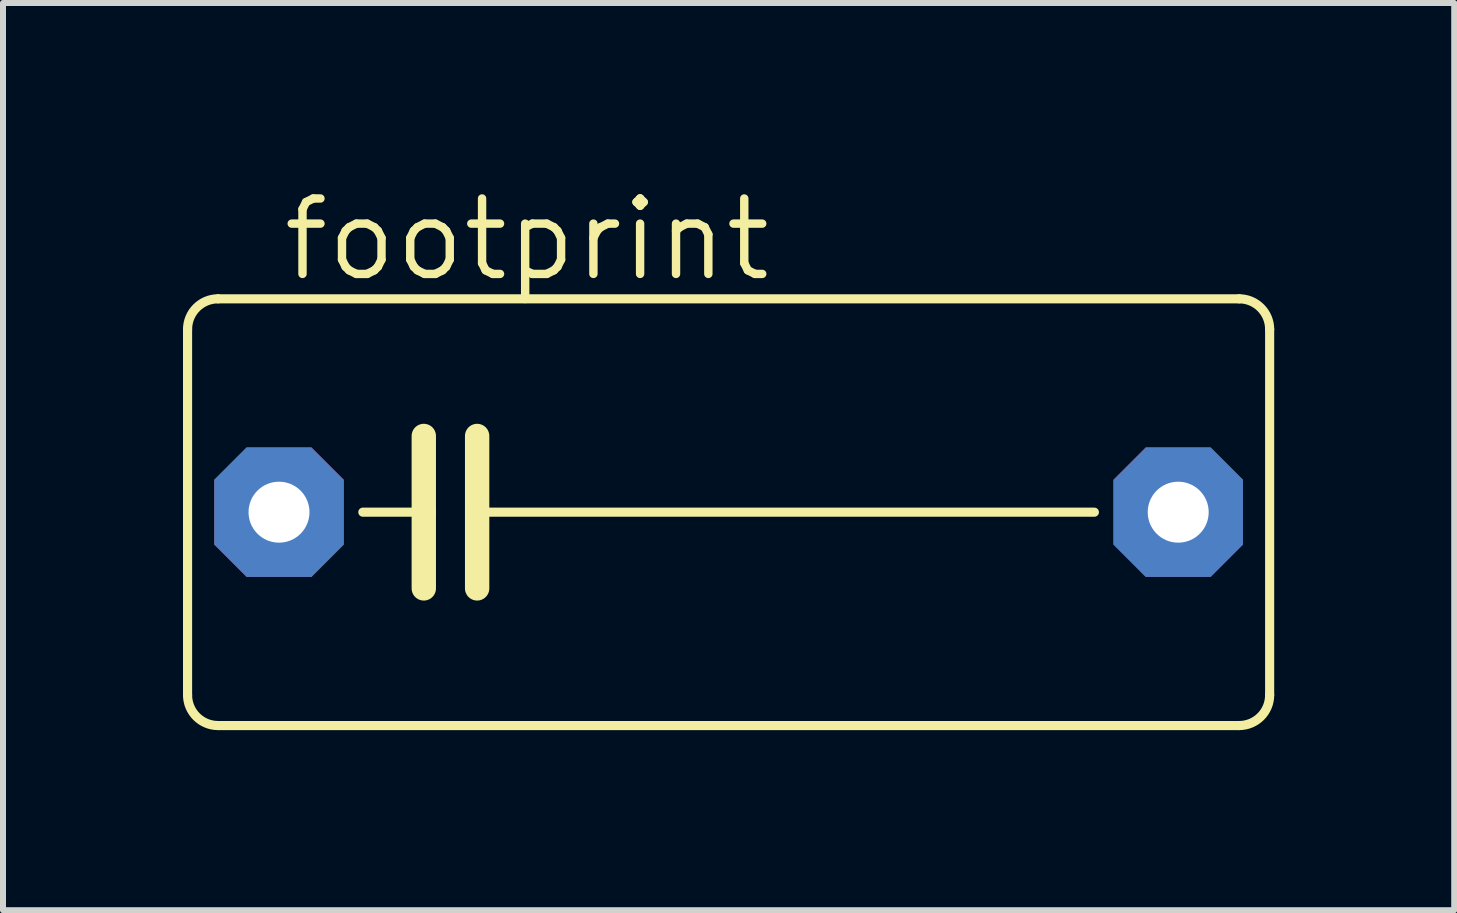
<source format=kicad_pcb>
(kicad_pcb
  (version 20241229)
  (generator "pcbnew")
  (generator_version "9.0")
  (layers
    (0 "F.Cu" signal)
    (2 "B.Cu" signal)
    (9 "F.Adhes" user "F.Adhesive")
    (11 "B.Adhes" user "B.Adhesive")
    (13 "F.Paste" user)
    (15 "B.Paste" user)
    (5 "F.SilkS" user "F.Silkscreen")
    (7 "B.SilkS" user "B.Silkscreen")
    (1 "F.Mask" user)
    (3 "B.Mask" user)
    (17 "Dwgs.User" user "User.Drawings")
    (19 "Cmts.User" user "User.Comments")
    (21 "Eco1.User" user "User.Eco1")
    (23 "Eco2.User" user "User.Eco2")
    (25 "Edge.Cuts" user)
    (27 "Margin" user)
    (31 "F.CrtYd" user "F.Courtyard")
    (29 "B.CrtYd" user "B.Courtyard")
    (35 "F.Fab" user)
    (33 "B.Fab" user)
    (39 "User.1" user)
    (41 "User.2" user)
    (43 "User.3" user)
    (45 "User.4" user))
  (footprint "footprint"
    (layer "F.Cu")
    (at 9.093 5.486)
    (property "Reference" "footprint" (at -7.493 -3.81 0) (layer "F.SilkS") (effects (font (size 1.257 1.257) (thickness 0.14)) (justify left bottom)))
    (fp_line (start -9.017 3.048) (end -9.017 -3.048) (stroke (width 0.152) (type solid)) (layer "F.SilkS"))
    (fp_line (start -8.509 -3.556) (end 8.509 -3.556) (stroke (width 0.152) (type solid)) (layer "F.SilkS"))
    (fp_line (start -5.08 -1.27) (end -5.08 0) (stroke (width 0.406) (type solid)) (layer "F.SilkS"))
    (fp_line (start -5.08 0) (end -6.096 0) (stroke (width 0.152) (type solid)) (layer "F.SilkS"))
    (fp_line (start -5.08 0) (end -5.08 1.27) (stroke (width 0.406) (type solid)) (layer "F.SilkS"))
    (fp_line (start -4.191 -1.27) (end -4.191 0) (stroke (width 0.406) (type solid)) (layer "F.SilkS"))
    (fp_line (start -4.191 0) (end -4.191 1.27) (stroke (width 0.406) (type solid)) (layer "F.SilkS"))
    (fp_line (start -4.191 0) (end 6.096 0) (stroke (width 0.152) (type solid)) (layer "F.SilkS"))
    (fp_line (start 8.509 3.556) (end -8.509 3.556) (stroke (width 0.152) (type solid)) (layer "F.SilkS"))
    (fp_line (start 9.017 -3.048) (end 9.017 3.048) (stroke (width 0.152) (type solid)) (layer "F.SilkS"))
    (fp_arc (start -9.017 -3.048) (mid -8.86821 -3.40721) (end -8.509 -3.556) (stroke (width 0.1524) (type solid)) (layer "F.SilkS"))
    (fp_arc (start -8.509 3.556) (mid -8.86821 3.40721) (end -9.017 3.048) (stroke (width 0.1524) (type solid)) (layer "F.SilkS"))
    (fp_arc (start 8.509 -3.556) (mid 8.86821 -3.40721) (end 9.017 -3.048) (stroke (width 0.1524) (type solid)) (layer "F.SilkS"))
    (fp_arc (start 9.017 3.048) (mid 8.86821 3.40721) (end 8.509 3.556) (stroke (width 0.1524) (type solid)) (layer "F.SilkS"))
    (pad "1" thru_hole roundrect (at -7.493 0) (size 2.159 2.159) (drill 1.016) (layers "*.Cu" "*.Mask") (roundrect_rratio 0.25) (chamfer_ratio 0.25) (chamfer top_left top_right bottom_left bottom_right))
    (pad "2" thru_hole roundrect (at 7.493 0) (size 2.159 2.159) (drill 1.016) (layers "*.Cu" "*.Mask") (roundrect_rratio 0.25) (chamfer_ratio 0.25) (chamfer top_left top_right bottom_left bottom_right)))
  (gr_rect
    (start -3 -3)
    (end 21.186 12.119)
    (stroke (width 0.1) (type default))
    (fill no)
    (layer "Edge.Cuts")))
</source>
